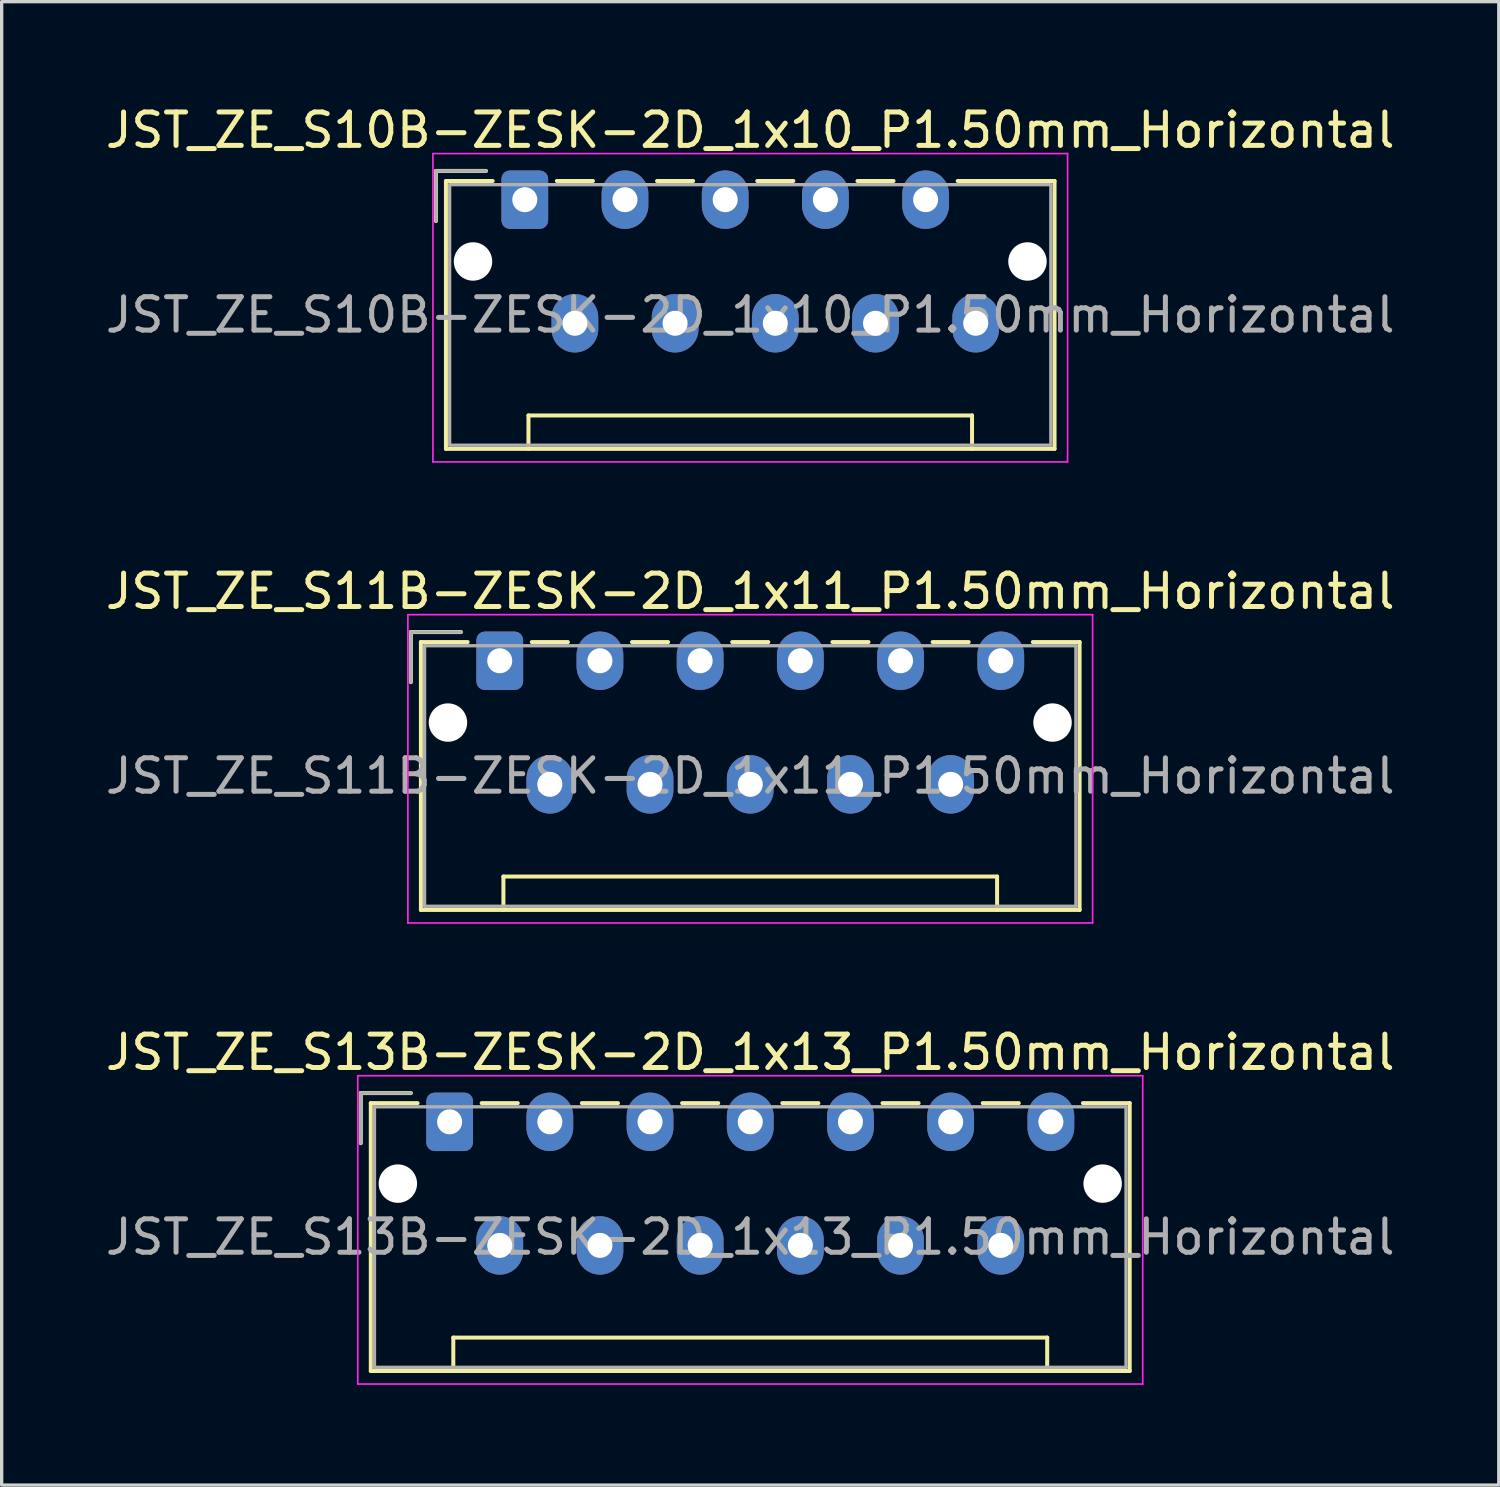
<source format=kicad_pcb>
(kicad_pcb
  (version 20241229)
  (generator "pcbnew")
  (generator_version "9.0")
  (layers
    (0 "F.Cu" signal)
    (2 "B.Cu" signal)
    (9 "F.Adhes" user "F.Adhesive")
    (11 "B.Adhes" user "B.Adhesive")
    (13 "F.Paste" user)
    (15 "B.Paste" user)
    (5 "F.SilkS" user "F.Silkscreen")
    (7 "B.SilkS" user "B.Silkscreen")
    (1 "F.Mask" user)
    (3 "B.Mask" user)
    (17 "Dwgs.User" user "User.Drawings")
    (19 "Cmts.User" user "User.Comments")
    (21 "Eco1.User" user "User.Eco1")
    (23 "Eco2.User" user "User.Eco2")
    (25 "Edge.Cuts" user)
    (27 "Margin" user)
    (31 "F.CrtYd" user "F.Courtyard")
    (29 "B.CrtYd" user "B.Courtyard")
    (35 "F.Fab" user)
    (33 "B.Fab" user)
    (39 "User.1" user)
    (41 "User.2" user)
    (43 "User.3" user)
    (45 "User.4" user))
  (footprint "JST_ZE_S11B-ZESK-2D_1x11_P1.50mm_Horizontal"
    (layer "F.Cu")
    (at 11.911 16.732)
    (property "Reference" "JST_ZE_S11B-ZESK-2D_1x11_P1.50mm_Horizontal" (at 7.5 -2.08 0) (layer "F.SilkS") (effects (font (size 1 1) (thickness 0.15))))
    (attr through_hole)
    (fp_line (start -2.66 -0.86) (end -1.16 -0.86) (stroke (width 0.12) (type solid)) (layer "F.SilkS"))
    (fp_line (start -2.66 0.64) (end -2.66 -0.86) (stroke (width 0.12) (type solid)) (layer "F.SilkS"))
    (fp_line (start -2.36 -0.56) (end -2.36 7.46) (stroke (width 0.12) (type solid)) (layer "F.SilkS"))
    (fp_line (start -2.36 7.46) (end 17.36 7.46) (stroke (width 0.12) (type solid)) (layer "F.SilkS"))
    (fp_line (start -0.96 -0.56) (end -2.36 -0.56) (stroke (width 0.12) (type solid)) (layer "F.SilkS"))
    (fp_line (start 0.11 6.46) (end 14.89 6.46) (stroke (width 0.12) (type solid)) (layer "F.SilkS"))
    (fp_line (start 0.11 7.46) (end 0.11 6.46) (stroke (width 0.12) (type solid)) (layer "F.SilkS"))
    (fp_line (start 0.96 -0.56) (end 2.04 -0.56) (stroke (width 0.12) (type solid)) (layer "F.SilkS"))
    (fp_line (start 3.96 -0.56) (end 5.04 -0.56) (stroke (width 0.12) (type solid)) (layer "F.SilkS"))
    (fp_line (start 6.96 -0.56) (end 8.04 -0.56) (stroke (width 0.12) (type solid)) (layer "F.SilkS"))
    (fp_line (start 9.96 -0.56) (end 11.04 -0.56) (stroke (width 0.12) (type solid)) (layer "F.SilkS"))
    (fp_line (start 12.96 -0.56) (end 14.04 -0.56) (stroke (width 0.12) (type solid)) (layer "F.SilkS"))
    (fp_line (start 14.89 6.46) (end 14.89 7.46) (stroke (width 0.12) (type solid)) (layer "F.SilkS"))
    (fp_line (start 17.36 -0.56) (end 15.96 -0.56) (stroke (width 0.12) (type solid)) (layer "F.SilkS"))
    (fp_line (start 17.36 7.46) (end 17.36 -0.56) (stroke (width 0.12) (type solid)) (layer "F.SilkS"))
    (fp_line (start -2.75 -1.38) (end -2.75 7.85) (stroke (width 0.05) (type solid)) (layer "F.CrtYd"))
    (fp_line (start -2.75 7.85) (end 17.75 7.85) (stroke (width 0.05) (type solid)) (layer "F.CrtYd"))
    (fp_line (start 17.75 -1.38) (end -2.75 -1.38) (stroke (width 0.05) (type solid)) (layer "F.CrtYd"))
    (fp_line (start 17.75 7.85) (end 17.75 -1.38) (stroke (width 0.05) (type solid)) (layer "F.CrtYd"))
    (fp_line (start -2.66 -0.86) (end -1.16 -0.86) (stroke (width 0.1) (type solid)) (layer "F.Fab"))
    (fp_line (start -2.66 0.64) (end -2.66 -0.86) (stroke (width 0.1) (type solid)) (layer "F.Fab"))
    (fp_line (start -2.25 -0.45) (end -2.25 7.35) (stroke (width 0.1) (type solid)) (layer "F.Fab"))
    (fp_line (start -2.25 7.35) (end 17.25 7.35) (stroke (width 0.1) (type solid)) (layer "F.Fab"))
    (fp_line (start 17.25 -0.45) (end -2.25 -0.45) (stroke (width 0.1) (type solid)) (layer "F.Fab"))
    (fp_line (start 17.25 7.35) (end 17.25 -0.45) (stroke (width 0.1) (type solid)) (layer "F.Fab"))
    (fp_text user "${REFERENCE}" (at 7.5 3.45 0) (layer "F.Fab") (effects (font (size 1 1) (thickness 0.15))))
    (pad "" np_thru_hole circle (at -1.55 1.85) (size 1.15 1.15) (drill 1.15) (layers "*.Cu" "*.Mask"))
    (pad "" np_thru_hole circle (at 16.55 1.85) (size 1.15 1.15) (drill 1.15) (layers "*.Cu" "*.Mask"))
    (pad "1" thru_hole roundrect (at 0 0) (size 1.4 1.75) (drill 0.75) (layers "*.Cu" "*.Mask") (roundrect_rratio 0.179))
    (pad "2" thru_hole oval (at 1.5 3.7) (size 1.4 1.75) (drill 0.75) (layers "*.Cu" "*.Mask"))
    (pad "3" thru_hole oval (at 3 0) (size 1.4 1.75) (drill 0.75) (layers "*.Cu" "*.Mask"))
    (pad "4" thru_hole oval (at 4.5 3.7) (size 1.4 1.75) (drill 0.75) (layers "*.Cu" "*.Mask"))
    (pad "5" thru_hole oval (at 6 0) (size 1.4 1.75) (drill 0.75) (layers "*.Cu" "*.Mask"))
    (pad "6" thru_hole oval (at 7.5 3.7) (size 1.4 1.75) (drill 0.75) (layers "*.Cu" "*.Mask"))
    (pad "7" thru_hole oval (at 9 0) (size 1.4 1.75) (drill 0.75) (layers "*.Cu" "*.Mask"))
    (pad "8" thru_hole oval (at 10.5 3.7) (size 1.4 1.75) (drill 0.75) (layers "*.Cu" "*.Mask"))
    (pad "9" thru_hole oval (at 12 0) (size 1.4 1.75) (drill 0.75) (layers "*.Cu" "*.Mask"))
    (pad "10" thru_hole oval (at 13.5 3.7) (size 1.4 1.75) (drill 0.75) (layers "*.Cu" "*.Mask"))
    (pad "11" thru_hole oval (at 15 0) (size 1.4 1.75) (drill 0.75) (layers "*.Cu" "*.Mask")))
  (footprint "JST_ZE_S10B-ZESK-2D_1x10_P1.50mm_Horizontal"
    (layer "F.Cu")
    (at 12.661 2.928)
    (property "Reference" "JST_ZE_S10B-ZESK-2D_1x10_P1.50mm_Horizontal" (at 6.75 -2.08 0) (layer "F.SilkS") (effects (font (size 1 1) (thickness 0.15))))
    (attr through_hole)
    (fp_line (start -2.66 -0.86) (end -1.16 -0.86) (stroke (width 0.12) (type solid)) (layer "F.SilkS"))
    (fp_line (start -2.66 0.64) (end -2.66 -0.86) (stroke (width 0.12) (type solid)) (layer "F.SilkS"))
    (fp_line (start -2.36 -0.56) (end -2.36 7.46) (stroke (width 0.12) (type solid)) (layer "F.SilkS"))
    (fp_line (start -2.36 7.46) (end 15.86 7.46) (stroke (width 0.12) (type solid)) (layer "F.SilkS"))
    (fp_line (start -0.96 -0.56) (end -2.36 -0.56) (stroke (width 0.12) (type solid)) (layer "F.SilkS"))
    (fp_line (start 0.11 6.46) (end 13.39 6.46) (stroke (width 0.12) (type solid)) (layer "F.SilkS"))
    (fp_line (start 0.11 7.46) (end 0.11 6.46) (stroke (width 0.12) (type solid)) (layer "F.SilkS"))
    (fp_line (start 0.96 -0.56) (end 2.04 -0.56) (stroke (width 0.12) (type solid)) (layer "F.SilkS"))
    (fp_line (start 3.96 -0.56) (end 5.04 -0.56) (stroke (width 0.12) (type solid)) (layer "F.SilkS"))
    (fp_line (start 6.96 -0.56) (end 8.04 -0.56) (stroke (width 0.12) (type solid)) (layer "F.SilkS"))
    (fp_line (start 9.96 -0.56) (end 11.04 -0.56) (stroke (width 0.12) (type solid)) (layer "F.SilkS"))
    (fp_line (start 13.39 6.46) (end 13.39 7.46) (stroke (width 0.12) (type solid)) (layer "F.SilkS"))
    (fp_line (start 15.86 -0.56) (end 12.96 -0.56) (stroke (width 0.12) (type solid)) (layer "F.SilkS"))
    (fp_line (start 15.86 7.46) (end 15.86 -0.56) (stroke (width 0.12) (type solid)) (layer "F.SilkS"))
    (fp_line (start -2.75 -1.38) (end -2.75 7.85) (stroke (width 0.05) (type solid)) (layer "F.CrtYd"))
    (fp_line (start -2.75 7.85) (end 16.25 7.85) (stroke (width 0.05) (type solid)) (layer "F.CrtYd"))
    (fp_line (start 16.25 -1.38) (end -2.75 -1.38) (stroke (width 0.05) (type solid)) (layer "F.CrtYd"))
    (fp_line (start 16.25 7.85) (end 16.25 -1.38) (stroke (width 0.05) (type solid)) (layer "F.CrtYd"))
    (fp_line (start -2.66 -0.86) (end -1.16 -0.86) (stroke (width 0.1) (type solid)) (layer "F.Fab"))
    (fp_line (start -2.66 0.64) (end -2.66 -0.86) (stroke (width 0.1) (type solid)) (layer "F.Fab"))
    (fp_line (start -2.25 -0.45) (end -2.25 7.35) (stroke (width 0.1) (type solid)) (layer "F.Fab"))
    (fp_line (start -2.25 7.35) (end 15.75 7.35) (stroke (width 0.1) (type solid)) (layer "F.Fab"))
    (fp_line (start 15.75 -0.45) (end -2.25 -0.45) (stroke (width 0.1) (type solid)) (layer "F.Fab"))
    (fp_line (start 15.75 7.35) (end 15.75 -0.45) (stroke (width 0.1) (type solid)) (layer "F.Fab"))
    (fp_text user "${REFERENCE}" (at 6.75 3.45 0) (layer "F.Fab") (effects (font (size 1 1) (thickness 0.15))))
    (pad "" np_thru_hole circle (at -1.55 1.85) (size 1.15 1.15) (drill 1.15) (layers "*.Cu" "*.Mask"))
    (pad "" np_thru_hole circle (at 15.05 1.85) (size 1.15 1.15) (drill 1.15) (layers "*.Cu" "*.Mask"))
    (pad "1" thru_hole roundrect (at 0 0) (size 1.4 1.75) (drill 0.75) (layers "*.Cu" "*.Mask") (roundrect_rratio 0.179))
    (pad "2" thru_hole oval (at 1.5 3.7) (size 1.4 1.75) (drill 0.75) (layers "*.Cu" "*.Mask"))
    (pad "3" thru_hole oval (at 3 0) (size 1.4 1.75) (drill 0.75) (layers "*.Cu" "*.Mask"))
    (pad "4" thru_hole oval (at 4.5 3.7) (size 1.4 1.75) (drill 0.75) (layers "*.Cu" "*.Mask"))
    (pad "5" thru_hole oval (at 6 0) (size 1.4 1.75) (drill 0.75) (layers "*.Cu" "*.Mask"))
    (pad "6" thru_hole oval (at 7.5 3.7) (size 1.4 1.75) (drill 0.75) (layers "*.Cu" "*.Mask"))
    (pad "7" thru_hole oval (at 9 0) (size 1.4 1.75) (drill 0.75) (layers "*.Cu" "*.Mask"))
    (pad "8" thru_hole oval (at 10.5 3.7) (size 1.4 1.75) (drill 0.75) (layers "*.Cu" "*.Mask"))
    (pad "9" thru_hole oval (at 12 0) (size 1.4 1.75) (drill 0.75) (layers "*.Cu" "*.Mask"))
    (pad "10" thru_hole oval (at 13.5 3.7) (size 1.4 1.75) (drill 0.75) (layers "*.Cu" "*.Mask")))
  (footprint "JST_ZE_S13B-ZESK-2D_1x13_P1.50mm_Horizontal"
    (layer "F.Cu")
    (at 10.411 30.535)
    (property "Reference" "JST_ZE_S13B-ZESK-2D_1x13_P1.50mm_Horizontal" (at 9 -2.08 0) (layer "F.SilkS") (effects (font (size 1 1) (thickness 0.15))))
    (attr through_hole)
    (fp_line (start -2.66 -0.86) (end -1.16 -0.86) (stroke (width 0.12) (type solid)) (layer "F.SilkS"))
    (fp_line (start -2.66 0.64) (end -2.66 -0.86) (stroke (width 0.12) (type solid)) (layer "F.SilkS"))
    (fp_line (start -2.36 -0.56) (end -2.36 7.46) (stroke (width 0.12) (type solid)) (layer "F.SilkS"))
    (fp_line (start -2.36 7.46) (end 20.36 7.46) (stroke (width 0.12) (type solid)) (layer "F.SilkS"))
    (fp_line (start -0.96 -0.56) (end -2.36 -0.56) (stroke (width 0.12) (type solid)) (layer "F.SilkS"))
    (fp_line (start 0.11 6.46) (end 17.89 6.46) (stroke (width 0.12) (type solid)) (layer "F.SilkS"))
    (fp_line (start 0.11 7.46) (end 0.11 6.46) (stroke (width 0.12) (type solid)) (layer "F.SilkS"))
    (fp_line (start 0.96 -0.56) (end 2.04 -0.56) (stroke (width 0.12) (type solid)) (layer "F.SilkS"))
    (fp_line (start 3.96 -0.56) (end 5.04 -0.56) (stroke (width 0.12) (type solid)) (layer "F.SilkS"))
    (fp_line (start 6.96 -0.56) (end 8.04 -0.56) (stroke (width 0.12) (type solid)) (layer "F.SilkS"))
    (fp_line (start 9.96 -0.56) (end 11.04 -0.56) (stroke (width 0.12) (type solid)) (layer "F.SilkS"))
    (fp_line (start 12.96 -0.56) (end 14.04 -0.56) (stroke (width 0.12) (type solid)) (layer "F.SilkS"))
    (fp_line (start 15.96 -0.56) (end 17.04 -0.56) (stroke (width 0.12) (type solid)) (layer "F.SilkS"))
    (fp_line (start 17.89 6.46) (end 17.89 7.46) (stroke (width 0.12) (type solid)) (layer "F.SilkS"))
    (fp_line (start 20.36 -0.56) (end 18.96 -0.56) (stroke (width 0.12) (type solid)) (layer "F.SilkS"))
    (fp_line (start 20.36 7.46) (end 20.36 -0.56) (stroke (width 0.12) (type solid)) (layer "F.SilkS"))
    (fp_line (start -2.75 -1.38) (end -2.75 7.85) (stroke (width 0.05) (type solid)) (layer "F.CrtYd"))
    (fp_line (start -2.75 7.85) (end 20.75 7.85) (stroke (width 0.05) (type solid)) (layer "F.CrtYd"))
    (fp_line (start 20.75 -1.38) (end -2.75 -1.38) (stroke (width 0.05) (type solid)) (layer "F.CrtYd"))
    (fp_line (start 20.75 7.85) (end 20.75 -1.38) (stroke (width 0.05) (type solid)) (layer "F.CrtYd"))
    (fp_line (start -2.66 -0.86) (end -1.16 -0.86) (stroke (width 0.1) (type solid)) (layer "F.Fab"))
    (fp_line (start -2.66 0.64) (end -2.66 -0.86) (stroke (width 0.1) (type solid)) (layer "F.Fab"))
    (fp_line (start -2.25 -0.45) (end -2.25 7.35) (stroke (width 0.1) (type solid)) (layer "F.Fab"))
    (fp_line (start -2.25 7.35) (end 20.25 7.35) (stroke (width 0.1) (type solid)) (layer "F.Fab"))
    (fp_line (start 20.25 -0.45) (end -2.25 -0.45) (stroke (width 0.1) (type solid)) (layer "F.Fab"))
    (fp_line (start 20.25 7.35) (end 20.25 -0.45) (stroke (width 0.1) (type solid)) (layer "F.Fab"))
    (fp_text user "${REFERENCE}" (at 9 3.45 0) (layer "F.Fab") (effects (font (size 1 1) (thickness 0.15))))
    (pad "" np_thru_hole circle (at -1.55 1.85) (size 1.15 1.15) (drill 1.15) (layers "*.Cu" "*.Mask"))
    (pad "" np_thru_hole circle (at 19.55 1.85) (size 1.15 1.15) (drill 1.15) (layers "*.Cu" "*.Mask"))
    (pad "1" thru_hole roundrect (at 0 0) (size 1.4 1.75) (drill 0.75) (layers "*.Cu" "*.Mask") (roundrect_rratio 0.179))
    (pad "2" thru_hole oval (at 1.5 3.7) (size 1.4 1.75) (drill 0.75) (layers "*.Cu" "*.Mask"))
    (pad "3" thru_hole oval (at 3 0) (size 1.4 1.75) (drill 0.75) (layers "*.Cu" "*.Mask"))
    (pad "4" thru_hole oval (at 4.5 3.7) (size 1.4 1.75) (drill 0.75) (layers "*.Cu" "*.Mask"))
    (pad "5" thru_hole oval (at 6 0) (size 1.4 1.75) (drill 0.75) (layers "*.Cu" "*.Mask"))
    (pad "6" thru_hole oval (at 7.5 3.7) (size 1.4 1.75) (drill 0.75) (layers "*.Cu" "*.Mask"))
    (pad "7" thru_hole oval (at 9 0) (size 1.4 1.75) (drill 0.75) (layers "*.Cu" "*.Mask"))
    (pad "8" thru_hole oval (at 10.5 3.7) (size 1.4 1.75) (drill 0.75) (layers "*.Cu" "*.Mask"))
    (pad "9" thru_hole oval (at 12 0) (size 1.4 1.75) (drill 0.75) (layers "*.Cu" "*.Mask"))
    (pad "10" thru_hole oval (at 13.5 3.7) (size 1.4 1.75) (drill 0.75) (layers "*.Cu" "*.Mask"))
    (pad "11" thru_hole oval (at 15 0) (size 1.4 1.75) (drill 0.75) (layers "*.Cu" "*.Mask"))
    (pad "12" thru_hole oval (at 16.5 3.7) (size 1.4 1.75) (drill 0.75) (layers "*.Cu" "*.Mask"))
    (pad "13" thru_hole oval (at 18 0) (size 1.4 1.75) (drill 0.75) (layers "*.Cu" "*.Mask")))
  (gr_rect
    (start -3 -3)
    (end 41.821 41.41)
    (stroke (width 0.1) (type default))
    (fill no)
    (layer "Edge.Cuts")))
</source>
